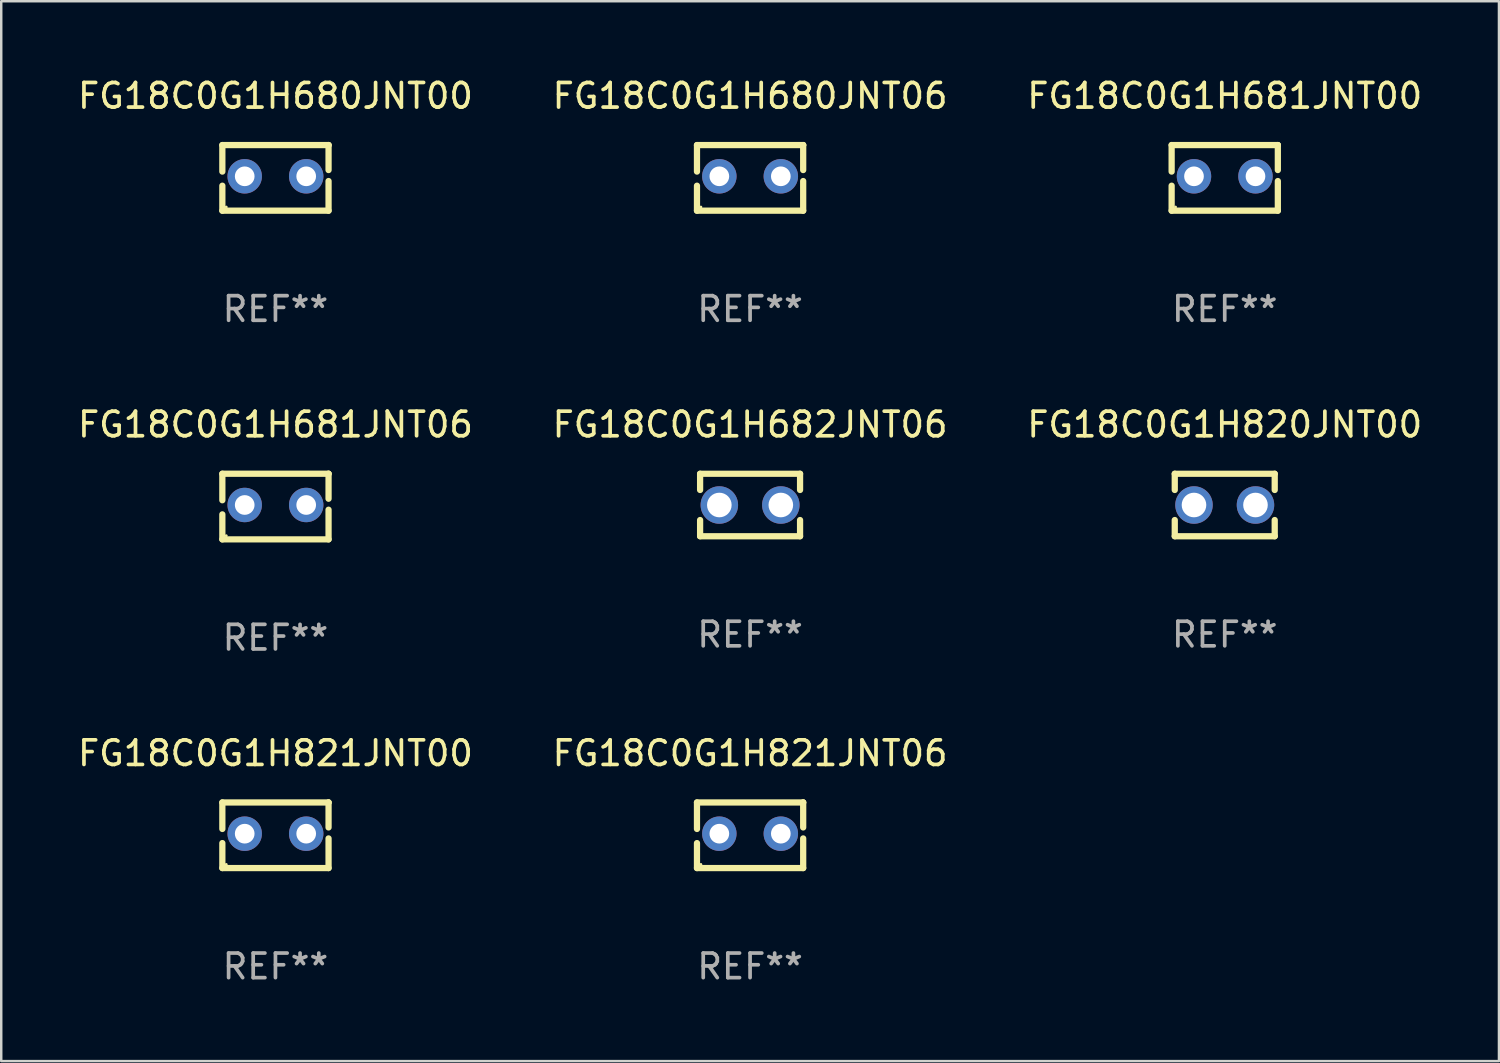
<source format=kicad_pcb>
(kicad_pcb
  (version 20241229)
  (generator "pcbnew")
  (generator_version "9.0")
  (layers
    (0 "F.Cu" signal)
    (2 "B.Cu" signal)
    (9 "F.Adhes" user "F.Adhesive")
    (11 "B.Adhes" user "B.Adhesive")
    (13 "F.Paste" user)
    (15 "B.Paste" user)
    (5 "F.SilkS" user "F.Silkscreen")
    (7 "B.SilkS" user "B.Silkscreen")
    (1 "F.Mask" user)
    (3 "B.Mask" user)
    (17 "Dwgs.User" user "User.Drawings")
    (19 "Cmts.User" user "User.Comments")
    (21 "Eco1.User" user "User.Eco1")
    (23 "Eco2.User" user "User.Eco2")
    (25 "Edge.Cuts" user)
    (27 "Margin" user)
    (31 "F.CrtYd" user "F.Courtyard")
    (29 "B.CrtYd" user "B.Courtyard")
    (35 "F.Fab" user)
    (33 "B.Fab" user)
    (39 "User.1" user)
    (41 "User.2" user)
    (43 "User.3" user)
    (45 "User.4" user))
  (footprint "FG18C0G1H682JNT06"
    (layer "F.Cu")
    (at 27.446 17.482)
    (property "Reference" "FG18C0G1H682JNT06" (at 0 -3.27 0) (layer "F.SilkS") (effects (font (size 1 1) (thickness 0.15))))
    (attr through_hole)
    (fp_line (start -2.032 -1.27) (end -2.032 -0.611) (stroke (width 0.254) (type solid)) (layer "F.SilkS"))
    (fp_line (start -2.032 0.611) (end -2.032 1.27) (stroke (width 0.254) (type solid)) (layer "F.SilkS"))
    (fp_line (start -2.032 1.27) (end 2.032 1.27) (stroke (width 0.254) (type solid)) (layer "F.SilkS"))
    (fp_line (start 2.032 -1.27) (end -2.032 -1.27) (stroke (width 0.254) (type solid)) (layer "F.SilkS"))
    (fp_line (start 2.032 -0.611) (end 2.032 -1.27) (stroke (width 0.254) (type solid)) (layer "F.SilkS"))
    (fp_line (start 2.032 1.27) (end 2.032 0.611) (stroke (width 0.254) (type solid)) (layer "F.SilkS"))
    (fp_circle (center -2 1.25) (end -1.97 1.25) (stroke (width 0.06) (type solid)) (fill no) (layer "F.SilkS"))
    (fp_text user "REF**" (at 0 5.27 0) (layer "F.Fab") (effects (font (size 1 1) (thickness 0.15))))
    (pad "1" thru_hole circle (at -1.25 0) (size 1.524 1.524) (drill 1) (layers "*.Cu" "*.Mask"))
    (pad "2" thru_hole circle (at 1.25 0) (size 1.524 1.524) (drill 1) (layers "*.Cu" "*.Mask")))
  (footprint "FG18C0G1H821JNT06"
    (layer "F.Cu")
    (at 27.446 30.909)
    (property "Reference" "FG18C0G1H821JNT06" (at 0 -3.334 0) (layer "F.SilkS") (effects (font (size 1 1) (thickness 0.15))))
    (attr through_hole)
    (fp_line (start -2.159 -1.334) (end 2.159 -1.334) (stroke (width 0.254) (type solid)) (layer "F.SilkS"))
    (fp_line (start -2.159 -0.256) (end -2.159 -1.334) (stroke (width 0.254) (type solid)) (layer "F.SilkS"))
    (fp_line (start -2.159 1.334) (end -2.159 0.318) (stroke (width 0.254) (type solid)) (layer "F.SilkS"))
    (fp_line (start 2.159 -1.334) (end 2.159 -1.334) (stroke (width 0.254) (type solid)) (layer "F.SilkS"))
    (fp_line (start 2.159 -1.334) (end 2.159 -0.318) (stroke (width 0.254) (type solid)) (layer "F.SilkS"))
    (fp_line (start 2.159 0.129) (end 2.159 1.334) (stroke (width 0.254) (type solid)) (layer "F.SilkS"))
    (fp_line (start 2.159 1.334) (end -2.159 1.334) (stroke (width 0.254) (type solid)) (layer "F.SilkS"))
    (fp_circle (center -2 1.186) (end -1.97 1.186) (stroke (width 0.06) (type solid)) (fill no) (layer "F.SilkS"))
    (fp_text user "REF**" (at 0 5.334 0) (layer "F.Fab") (effects (font (size 1 1) (thickness 0.15))))
    (pad "1" thru_hole circle (at -1.25 -0.064) (size 1.4 1.4) (drill 0.8) (layers "*.Cu" "*.Mask"))
    (pad "2" thru_hole circle (at 1.25 -0.064) (size 1.4 1.4) (drill 0.8) (layers "*.Cu" "*.Mask")))
  (footprint "FG18C0G1H681JNT00"
    (layer "F.Cu")
    (at 46.744 4.182)
    (property "Reference" "FG18C0G1H681JNT00" (at 0 -3.334 0) (layer "F.SilkS") (effects (font (size 1 1) (thickness 0.15))))
    (attr through_hole)
    (fp_line (start -2.159 -1.334) (end 2.159 -1.334) (stroke (width 0.254) (type solid)) (layer "F.SilkS"))
    (fp_line (start -2.159 -0.256) (end -2.159 -1.334) (stroke (width 0.254) (type solid)) (layer "F.SilkS"))
    (fp_line (start -2.159 1.334) (end -2.159 0.318) (stroke (width 0.254) (type solid)) (layer "F.SilkS"))
    (fp_line (start 2.159 -1.334) (end 2.159 -1.334) (stroke (width 0.254) (type solid)) (layer "F.SilkS"))
    (fp_line (start 2.159 -1.334) (end 2.159 -0.318) (stroke (width 0.254) (type solid)) (layer "F.SilkS"))
    (fp_line (start 2.159 0.129) (end 2.159 1.334) (stroke (width 0.254) (type solid)) (layer "F.SilkS"))
    (fp_line (start 2.159 1.334) (end -2.159 1.334) (stroke (width 0.254) (type solid)) (layer "F.SilkS"))
    (fp_circle (center -2 1.186) (end -1.97 1.186) (stroke (width 0.06) (type solid)) (fill no) (layer "F.SilkS"))
    (fp_text user "REF**" (at 0 5.334 0) (layer "F.Fab") (effects (font (size 1 1) (thickness 0.15))))
    (pad "1" thru_hole circle (at -1.25 -0.064) (size 1.4 1.4) (drill 0.8) (layers "*.Cu" "*.Mask"))
    (pad "2" thru_hole circle (at 1.25 -0.064) (size 1.4 1.4) (drill 0.8) (layers "*.Cu" "*.Mask")))
  (footprint "FG18C0G1H821JNT00"
    (layer "F.Cu")
    (at 8.149 30.909)
    (property "Reference" "FG18C0G1H821JNT00" (at 0 -3.334 0) (layer "F.SilkS") (effects (font (size 1 1) (thickness 0.15))))
    (attr through_hole)
    (fp_line (start -2.159 -1.334) (end 2.159 -1.334) (stroke (width 0.254) (type solid)) (layer "F.SilkS"))
    (fp_line (start -2.159 -0.256) (end -2.159 -1.334) (stroke (width 0.254) (type solid)) (layer "F.SilkS"))
    (fp_line (start -2.159 1.334) (end -2.159 0.318) (stroke (width 0.254) (type solid)) (layer "F.SilkS"))
    (fp_line (start 2.159 -1.334) (end 2.159 -1.334) (stroke (width 0.254) (type solid)) (layer "F.SilkS"))
    (fp_line (start 2.159 -1.334) (end 2.159 -0.318) (stroke (width 0.254) (type solid)) (layer "F.SilkS"))
    (fp_line (start 2.159 0.129) (end 2.159 1.334) (stroke (width 0.254) (type solid)) (layer "F.SilkS"))
    (fp_line (start 2.159 1.334) (end -2.159 1.334) (stroke (width 0.254) (type solid)) (layer "F.SilkS"))
    (fp_circle (center -2 1.186) (end -1.97 1.186) (stroke (width 0.06) (type solid)) (fill no) (layer "F.SilkS"))
    (fp_text user "REF**" (at 0 5.334 0) (layer "F.Fab") (effects (font (size 1 1) (thickness 0.15))))
    (pad "1" thru_hole circle (at -1.25 -0.064) (size 1.4 1.4) (drill 0.8) (layers "*.Cu" "*.Mask"))
    (pad "2" thru_hole circle (at 1.25 -0.064) (size 1.4 1.4) (drill 0.8) (layers "*.Cu" "*.Mask")))
  (footprint "FG18C0G1H681JNT06"
    (layer "F.Cu")
    (at 8.149 17.545)
    (property "Reference" "FG18C0G1H681JNT06" (at 0 -3.334 0) (layer "F.SilkS") (effects (font (size 1 1) (thickness 0.15))))
    (attr through_hole)
    (fp_line (start -2.159 -1.334) (end 2.159 -1.334) (stroke (width 0.254) (type solid)) (layer "F.SilkS"))
    (fp_line (start -2.159 -0.256) (end -2.159 -1.334) (stroke (width 0.254) (type solid)) (layer "F.SilkS"))
    (fp_line (start -2.159 1.334) (end -2.159 0.318) (stroke (width 0.254) (type solid)) (layer "F.SilkS"))
    (fp_line (start 2.159 -1.334) (end 2.159 -1.334) (stroke (width 0.254) (type solid)) (layer "F.SilkS"))
    (fp_line (start 2.159 -1.334) (end 2.159 -0.318) (stroke (width 0.254) (type solid)) (layer "F.SilkS"))
    (fp_line (start 2.159 0.129) (end 2.159 1.334) (stroke (width 0.254) (type solid)) (layer "F.SilkS"))
    (fp_line (start 2.159 1.334) (end -2.159 1.334) (stroke (width 0.254) (type solid)) (layer "F.SilkS"))
    (fp_circle (center -2 1.186) (end -1.97 1.186) (stroke (width 0.06) (type solid)) (fill no) (layer "F.SilkS"))
    (fp_text user "REF**" (at 0 5.334 0) (layer "F.Fab") (effects (font (size 1 1) (thickness 0.15))))
    (pad "1" thru_hole circle (at -1.25 -0.064) (size 1.4 1.4) (drill 0.8) (layers "*.Cu" "*.Mask"))
    (pad "2" thru_hole circle (at 1.25 -0.064) (size 1.4 1.4) (drill 0.8) (layers "*.Cu" "*.Mask")))
  (footprint "FG18C0G1H680JNT00"
    (layer "F.Cu")
    (at 8.149 4.182)
    (property "Reference" "FG18C0G1H680JNT00" (at 0 -3.334 0) (layer "F.SilkS") (effects (font (size 1 1) (thickness 0.15))))
    (attr through_hole)
    (fp_line (start -2.159 -1.334) (end 2.159 -1.334) (stroke (width 0.254) (type solid)) (layer "F.SilkS"))
    (fp_line (start -2.159 -0.256) (end -2.159 -1.334) (stroke (width 0.254) (type solid)) (layer "F.SilkS"))
    (fp_line (start -2.159 1.334) (end -2.159 0.318) (stroke (width 0.254) (type solid)) (layer "F.SilkS"))
    (fp_line (start 2.159 -1.334) (end 2.159 -1.334) (stroke (width 0.254) (type solid)) (layer "F.SilkS"))
    (fp_line (start 2.159 -1.334) (end 2.159 -0.318) (stroke (width 0.254) (type solid)) (layer "F.SilkS"))
    (fp_line (start 2.159 0.129) (end 2.159 1.334) (stroke (width 0.254) (type solid)) (layer "F.SilkS"))
    (fp_line (start 2.159 1.334) (end -2.159 1.334) (stroke (width 0.254) (type solid)) (layer "F.SilkS"))
    (fp_circle (center -2 1.186) (end -1.97 1.186) (stroke (width 0.06) (type solid)) (fill no) (layer "F.SilkS"))
    (fp_text user "REF**" (at 0 5.334 0) (layer "F.Fab") (effects (font (size 1 1) (thickness 0.15))))
    (pad "1" thru_hole circle (at -1.25 -0.064) (size 1.4 1.4) (drill 0.8) (layers "*.Cu" "*.Mask"))
    (pad "2" thru_hole circle (at 1.25 -0.064) (size 1.4 1.4) (drill 0.8) (layers "*.Cu" "*.Mask")))
  (footprint "FG18C0G1H820JNT00"
    (layer "F.Cu")
    (at 46.744 17.482)
    (property "Reference" "FG18C0G1H820JNT00" (at 0 -3.27 0) (layer "F.SilkS") (effects (font (size 1 1) (thickness 0.15))))
    (attr through_hole)
    (fp_line (start -2.032 -1.27) (end -2.032 -0.611) (stroke (width 0.254) (type solid)) (layer "F.SilkS"))
    (fp_line (start -2.032 0.611) (end -2.032 1.27) (stroke (width 0.254) (type solid)) (layer "F.SilkS"))
    (fp_line (start -2.032 1.27) (end 2.032 1.27) (stroke (width 0.254) (type solid)) (layer "F.SilkS"))
    (fp_line (start 2.032 -1.27) (end -2.032 -1.27) (stroke (width 0.254) (type solid)) (layer "F.SilkS"))
    (fp_line (start 2.032 -0.611) (end 2.032 -1.27) (stroke (width 0.254) (type solid)) (layer "F.SilkS"))
    (fp_line (start 2.032 1.27) (end 2.032 0.611) (stroke (width 0.254) (type solid)) (layer "F.SilkS"))
    (fp_circle (center -2 1.25) (end -1.97 1.25) (stroke (width 0.06) (type solid)) (fill no) (layer "F.SilkS"))
    (fp_text user "REF**" (at 0 5.27 0) (layer "F.Fab") (effects (font (size 1 1) (thickness 0.15))))
    (pad "1" thru_hole circle (at -1.25 0) (size 1.524 1.524) (drill 1) (layers "*.Cu" "*.Mask"))
    (pad "2" thru_hole circle (at 1.25 0) (size 1.524 1.524) (drill 1) (layers "*.Cu" "*.Mask")))
  (footprint "FG18C0G1H680JNT06"
    (layer "F.Cu")
    (at 27.446 4.182)
    (property "Reference" "FG18C0G1H680JNT06" (at 0 -3.334 0) (layer "F.SilkS") (effects (font (size 1 1) (thickness 0.15))))
    (attr through_hole)
    (fp_line (start -2.159 -1.334) (end 2.159 -1.334) (stroke (width 0.254) (type solid)) (layer "F.SilkS"))
    (fp_line (start -2.159 -0.256) (end -2.159 -1.334) (stroke (width 0.254) (type solid)) (layer "F.SilkS"))
    (fp_line (start -2.159 1.334) (end -2.159 0.318) (stroke (width 0.254) (type solid)) (layer "F.SilkS"))
    (fp_line (start 2.159 -1.334) (end 2.159 -1.334) (stroke (width 0.254) (type solid)) (layer "F.SilkS"))
    (fp_line (start 2.159 -1.334) (end 2.159 -0.318) (stroke (width 0.254) (type solid)) (layer "F.SilkS"))
    (fp_line (start 2.159 0.129) (end 2.159 1.334) (stroke (width 0.254) (type solid)) (layer "F.SilkS"))
    (fp_line (start 2.159 1.334) (end -2.159 1.334) (stroke (width 0.254) (type solid)) (layer "F.SilkS"))
    (fp_circle (center -2 1.186) (end -1.97 1.186) (stroke (width 0.06) (type solid)) (fill no) (layer "F.SilkS"))
    (fp_text user "REF**" (at 0 5.334 0) (layer "F.Fab") (effects (font (size 1 1) (thickness 0.15))))
    (pad "1" thru_hole circle (at -1.25 -0.064) (size 1.4 1.4) (drill 0.8) (layers "*.Cu" "*.Mask"))
    (pad "2" thru_hole circle (at 1.25 -0.064) (size 1.4 1.4) (drill 0.8) (layers "*.Cu" "*.Mask")))
  (gr_rect
    (start -3 -3)
    (end 57.893 40.091)
    (stroke (width 0.1) (type default))
    (fill no)
    (layer "Edge.Cuts")))
</source>
